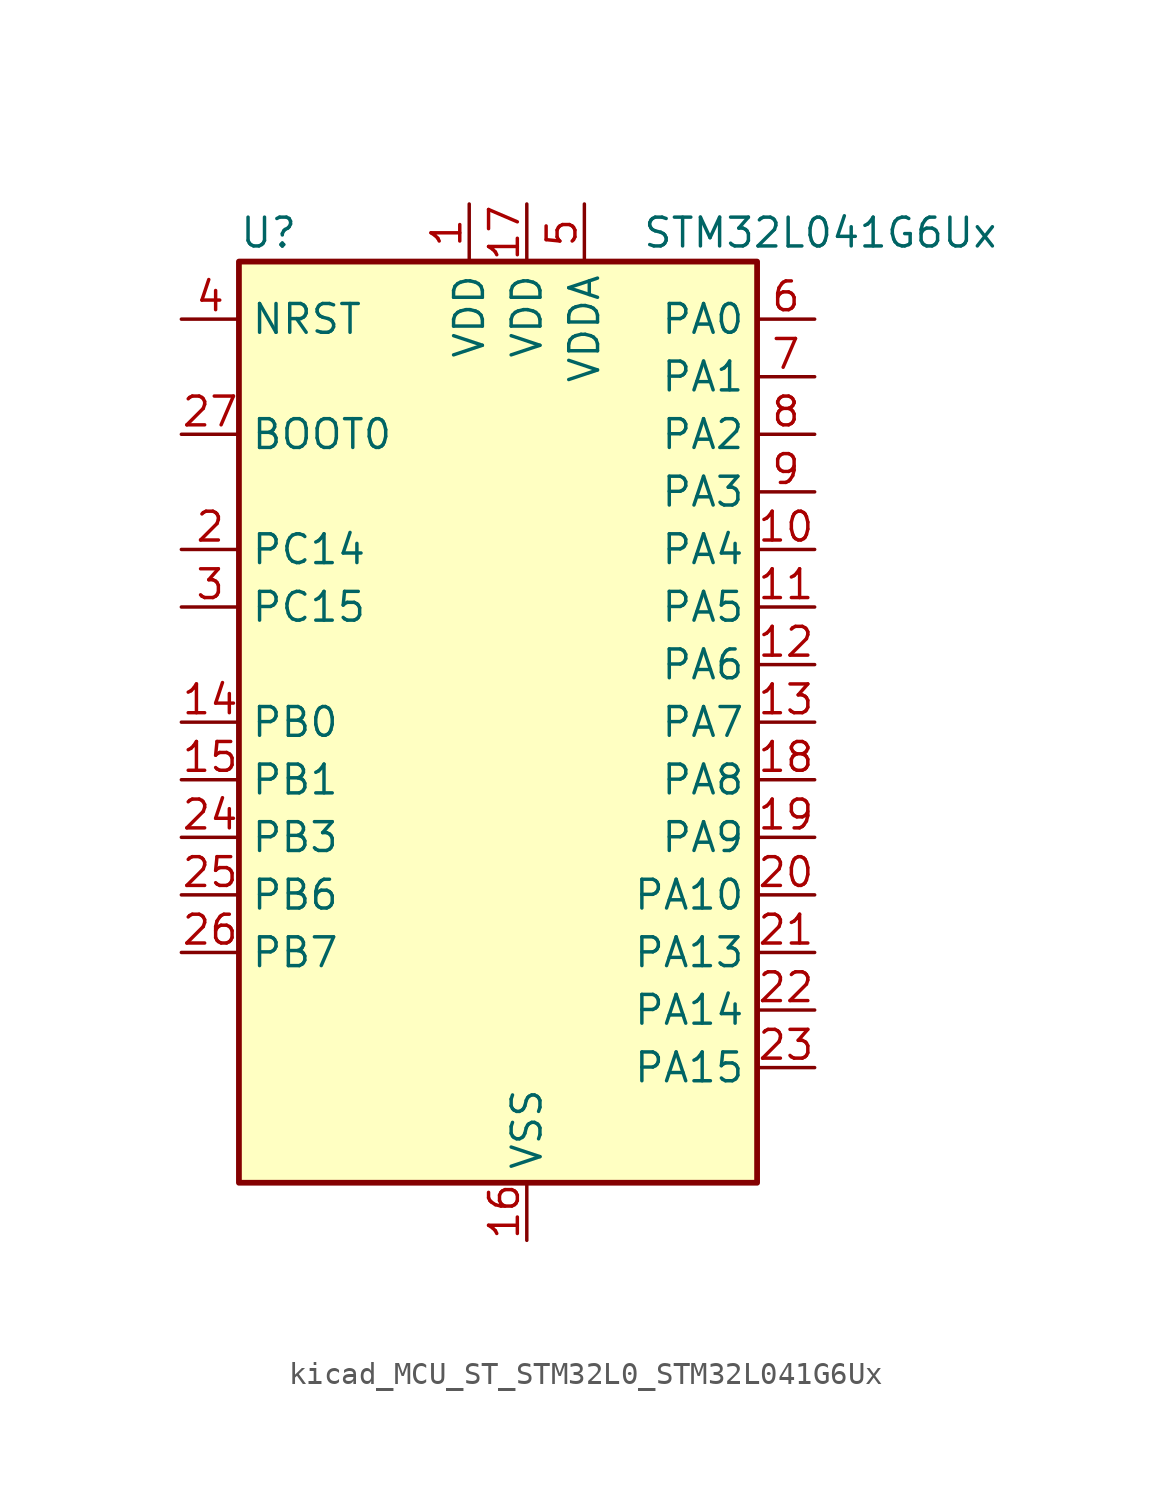
<source format=kicad_sym>
(kicad_symbol_lib
  (version 20220914)
  (generator kicad_symbol_editor)
  (symbol "kicad_MCU_ST_STM32L0_STM32L041G6Ux"
    (property "Reference" "U"
      (at -10.16 21.59 0)
      (effects (font (size 1.27 1.27)) (justify left)))
    (property "Value" "STM32L041G6Ux"
      (at 7.62 21.59 0)
      (effects (font (size 1.27 1.27)) (justify left)))
    (property "ki_locked" ""
      (at 0 0 0)
      (effects (font (size 1.27 1.27))))
    (symbol "kicad_MCU_ST_STM32L0_STM32L041G6Ux_0_1"
      (rectangle (start -10.16 -20.32) (end 12.7 20.32) (stroke (width 0.254) (type default)) (fill (type background))))
    (symbol "kicad_MCU_ST_STM32L0_STM32L041G6Ux_1_1"
      (pin power_in line (at 0 22.86 270) (length 2.54) (name "VDD" (effects (font (size 1.27 1.27)))) (number "1" (effects (font (size 1.27 1.27)))))
      (pin bidirectional line (at 15.24 7.62 180) (length 2.54) (name "PA4" (effects (font (size 1.27 1.27)))) (number "10" (effects (font (size 1.27 1.27)))) (alternate "ADC_IN4" bidirectional line) (alternate "COMP1_INM" bidirectional line) (alternate "COMP2_INM" bidirectional line) (alternate "LPTIM1_IN1" bidirectional line) (alternate "SPI1_NSS" bidirectional line) (alternate "TIM22_ETR" bidirectional line) (alternate "USART2_CK" bidirectional line))
      (pin bidirectional line (at 15.24 5.08 180) (length 2.54) (name "PA5" (effects (font (size 1.27 1.27)))) (number "11" (effects (font (size 1.27 1.27)))) (alternate "ADC_IN5" bidirectional line) (alternate "COMP1_INM" bidirectional line) (alternate "COMP2_INM" bidirectional line) (alternate "LPTIM1_IN2" bidirectional line) (alternate "SPI1_SCK" bidirectional line) (alternate "TIM2_CH1" bidirectional line) (alternate "TIM2_ETR" bidirectional line))
      (pin bidirectional line (at 15.24 2.54 180) (length 2.54) (name "PA6" (effects (font (size 1.27 1.27)))) (number "12" (effects (font (size 1.27 1.27)))) (alternate "ADC_IN6" bidirectional line) (alternate "COMP1_OUT" bidirectional line) (alternate "LPTIM1_ETR" bidirectional line) (alternate "LPUART1_CTS" bidirectional line) (alternate "SPI1_MISO" bidirectional line) (alternate "TIM22_CH1" bidirectional line))
      (pin bidirectional line (at 15.24 0 180) (length 2.54) (name "PA7" (effects (font (size 1.27 1.27)))) (number "13" (effects (font (size 1.27 1.27)))) (alternate "ADC_IN7" bidirectional line) (alternate "COMP2_OUT" bidirectional line) (alternate "LPTIM1_OUT" bidirectional line) (alternate "SPI1_MOSI" bidirectional line) (alternate "TIM22_CH2" bidirectional line) (alternate "USART2_CTS" bidirectional line))
      (pin bidirectional line (at -12.7 0 0) (length 2.54) (name "PB0" (effects (font (size 1.27 1.27)))) (number "14" (effects (font (size 1.27 1.27)))) (alternate "ADC_IN8" bidirectional line) (alternate "SPI1_MISO" bidirectional line) (alternate "SYS_VREF_OUT_PB0" bidirectional line) (alternate "TIM2_CH3" bidirectional line) (alternate "USART2_DE" bidirectional line) (alternate "USART2_RTS" bidirectional line))
      (pin bidirectional line (at -12.7 -2.54 0) (length 2.54) (name "PB1" (effects (font (size 1.27 1.27)))) (number "15" (effects (font (size 1.27 1.27)))) (alternate "ADC_IN9" bidirectional line) (alternate "LPUART1_DE" bidirectional line) (alternate "LPUART1_RTS" bidirectional line) (alternate "SPI1_MOSI" bidirectional line) (alternate "SYS_VREF_OUT_PB1" bidirectional line) (alternate "TIM2_CH4" bidirectional line) (alternate "USART2_CK" bidirectional line))
      (pin power_in line (at 2.54 -22.86 90) (length 2.54) (name "VSS" (effects (font (size 1.27 1.27)))) (number "16" (effects (font (size 1.27 1.27)))))
      (pin power_in line (at 2.54 22.86 270) (length 2.54) (name "VDD" (effects (font (size 1.27 1.27)))) (number "17" (effects (font (size 1.27 1.27)))))
      (pin bidirectional line (at 15.24 -2.54 180) (length 2.54) (name "PA8" (effects (font (size 1.27 1.27)))) (number "18" (effects (font (size 1.27 1.27)))) (alternate "LPTIM1_IN1" bidirectional line) (alternate "RCC_MCO" bidirectional line) (alternate "TIM2_CH1" bidirectional line) (alternate "USART2_CK" bidirectional line))
      (pin bidirectional line (at 15.24 -5.08 180) (length 2.54) (name "PA9" (effects (font (size 1.27 1.27)))) (number "19" (effects (font (size 1.27 1.27)))) (alternate "I2C1_SCL" bidirectional line) (alternate "RCC_MCO" bidirectional line) (alternate "TIM22_CH1" bidirectional line) (alternate "USART2_TX" bidirectional line))
      (pin bidirectional line (at -12.7 7.62 0) (length 2.54) (name "PC14" (effects (font (size 1.27 1.27)))) (number "2" (effects (font (size 1.27 1.27)))) (alternate "RCC_OSC32_IN" bidirectional line))
      (pin bidirectional line (at 15.24 -7.62 180) (length 2.54) (name "PA10" (effects (font (size 1.27 1.27)))) (number "20" (effects (font (size 1.27 1.27)))) (alternate "I2C1_SDA" bidirectional line) (alternate "TIM22_CH2" bidirectional line) (alternate "USART2_RX" bidirectional line))
      (pin bidirectional line (at 15.24 -10.16 180) (length 2.54) (name "PA13" (effects (font (size 1.27 1.27)))) (number "21" (effects (font (size 1.27 1.27)))) (alternate "LPTIM1_ETR" bidirectional line) (alternate "LPUART1_RX" bidirectional line) (alternate "SYS_SWDIO" bidirectional line))
      (pin bidirectional line (at 15.24 -12.7 180) (length 2.54) (name "PA14" (effects (font (size 1.27 1.27)))) (number "22" (effects (font (size 1.27 1.27)))) (alternate "I2C1_SMBA" bidirectional line) (alternate "LPTIM1_OUT" bidirectional line) (alternate "LPUART1_TX" bidirectional line) (alternate "SYS_SWCLK" bidirectional line) (alternate "USART2_TX" bidirectional line))
      (pin bidirectional line (at 15.24 -15.24 180) (length 2.54) (name "PA15" (effects (font (size 1.27 1.27)))) (number "23" (effects (font (size 1.27 1.27)))) (alternate "SPI1_NSS" bidirectional line) (alternate "TIM2_CH1" bidirectional line) (alternate "TIM2_ETR" bidirectional line) (alternate "USART2_RX" bidirectional line))
      (pin bidirectional line (at -12.7 -5.08 0) (length 2.54) (name "PB3" (effects (font (size 1.27 1.27)))) (number "24" (effects (font (size 1.27 1.27)))) (alternate "COMP2_INM" bidirectional line) (alternate "SPI1_SCK" bidirectional line) (alternate "TIM2_CH2" bidirectional line))
      (pin bidirectional line (at -12.7 -7.62 0) (length 2.54) (name "PB6" (effects (font (size 1.27 1.27)))) (number "25" (effects (font (size 1.27 1.27)))) (alternate "COMP2_INP" bidirectional line) (alternate "I2C1_SCL" bidirectional line) (alternate "LPTIM1_ETR" bidirectional line) (alternate "TIM21_CH1" bidirectional line) (alternate "USART2_TX" bidirectional line))
      (pin bidirectional line (at -12.7 -10.16 0) (length 2.54) (name "PB7" (effects (font (size 1.27 1.27)))) (number "26" (effects (font (size 1.27 1.27)))) (alternate "COMP2_INP" bidirectional line) (alternate "I2C1_SDA" bidirectional line) (alternate "LPTIM1_IN2" bidirectional line) (alternate "SYS_PVD_IN" bidirectional line) (alternate "USART2_RX" bidirectional line))
      (pin input line (at -12.7 12.7 0) (length 2.54) (name "BOOT0" (effects (font (size 1.27 1.27)))) (number "27" (effects (font (size 1.27 1.27)))))
      (pin passive line (at 2.54 -22.86 90) (length 2.54) hide (name "VSS" (effects (font (size 1.27 1.27)))) (number "28" (effects (font (size 1.27 1.27)))))
      (pin bidirectional line (at -12.7 5.08 0) (length 2.54) (name "PC15" (effects (font (size 1.27 1.27)))) (number "3" (effects (font (size 1.27 1.27)))) (alternate "RCC_OSC32_OUT" bidirectional line))
      (pin input line (at -12.7 17.78 0) (length 2.54) (name "NRST" (effects (font (size 1.27 1.27)))) (number "4" (effects (font (size 1.27 1.27)))))
      (pin power_in line (at 5.08 22.86 270) (length 2.54) (name "VDDA" (effects (font (size 1.27 1.27)))) (number "5" (effects (font (size 1.27 1.27)))))
      (pin bidirectional line (at 15.24 17.78 180) (length 2.54) (name "PA0" (effects (font (size 1.27 1.27)))) (number "6" (effects (font (size 1.27 1.27)))) (alternate "ADC_IN0" bidirectional line) (alternate "COMP1_INM" bidirectional line) (alternate "COMP1_OUT" bidirectional line) (alternate "LPTIM1_IN1" bidirectional line) (alternate "RCC_CK_IN" bidirectional line) (alternate "RTC_TAMP2" bidirectional line) (alternate "SYS_WKUP1" bidirectional line) (alternate "TIM2_CH1" bidirectional line) (alternate "TIM2_ETR" bidirectional line) (alternate "USART2_CTS" bidirectional line))
      (pin bidirectional line (at 15.24 15.24 180) (length 2.54) (name "PA1" (effects (font (size 1.27 1.27)))) (number "7" (effects (font (size 1.27 1.27)))) (alternate "ADC_IN1" bidirectional line) (alternate "COMP1_INP" bidirectional line) (alternate "I2C1_SMBA" bidirectional line) (alternate "LPTIM1_IN2" bidirectional line) (alternate "TIM21_ETR" bidirectional line) (alternate "TIM2_CH2" bidirectional line) (alternate "USART2_DE" bidirectional line) (alternate "USART2_RTS" bidirectional line))
      (pin bidirectional line (at 15.24 12.7 180) (length 2.54) (name "PA2" (effects (font (size 1.27 1.27)))) (number "8" (effects (font (size 1.27 1.27)))) (alternate "ADC_IN2" bidirectional line) (alternate "COMP2_INM" bidirectional line) (alternate "COMP2_OUT" bidirectional line) (alternate "LPUART1_TX" bidirectional line) (alternate "RTC_OUT_ALARM" bidirectional line) (alternate "RTC_OUT_CALIB" bidirectional line) (alternate "RTC_TAMP3" bidirectional line) (alternate "RTC_TS" bidirectional line) (alternate "SYS_WKUP3" bidirectional line) (alternate "TIM21_CH1" bidirectional line) (alternate "TIM2_CH3" bidirectional line) (alternate "USART2_TX" bidirectional line))
      (pin bidirectional line (at 15.24 10.16 180) (length 2.54) (name "PA3" (effects (font (size 1.27 1.27)))) (number "9" (effects (font (size 1.27 1.27)))) (alternate "ADC_IN3" bidirectional line) (alternate "COMP2_INP" bidirectional line) (alternate "LPUART1_RX" bidirectional line) (alternate "TIM21_CH2" bidirectional line) (alternate "TIM2_CH4" bidirectional line) (alternate "USART2_RX" bidirectional line)))))
</source>
